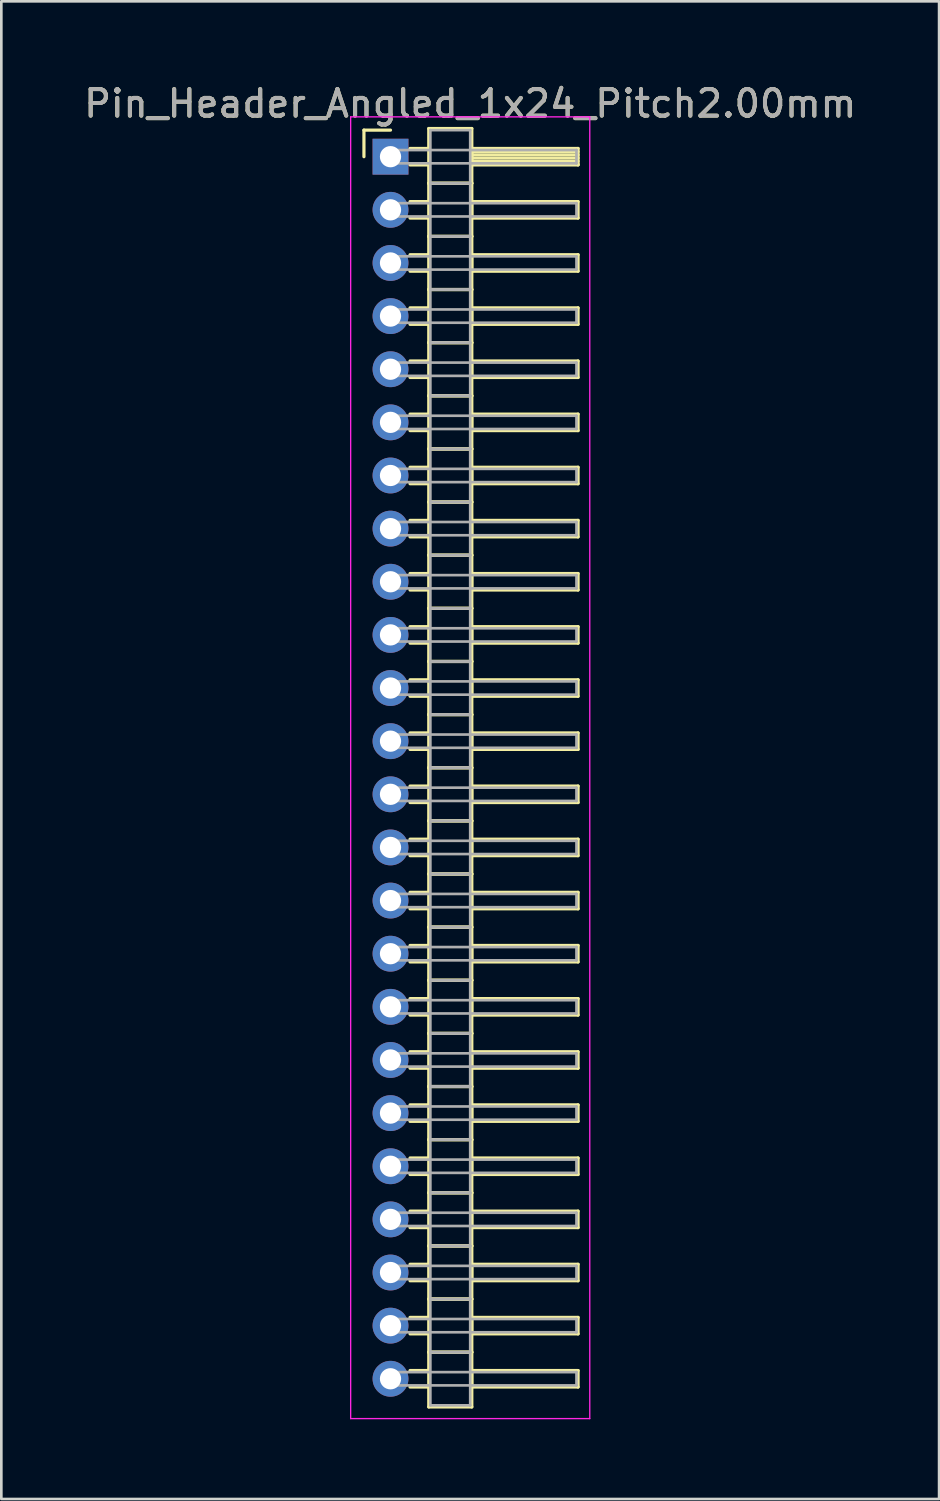
<source format=kicad_pcb>
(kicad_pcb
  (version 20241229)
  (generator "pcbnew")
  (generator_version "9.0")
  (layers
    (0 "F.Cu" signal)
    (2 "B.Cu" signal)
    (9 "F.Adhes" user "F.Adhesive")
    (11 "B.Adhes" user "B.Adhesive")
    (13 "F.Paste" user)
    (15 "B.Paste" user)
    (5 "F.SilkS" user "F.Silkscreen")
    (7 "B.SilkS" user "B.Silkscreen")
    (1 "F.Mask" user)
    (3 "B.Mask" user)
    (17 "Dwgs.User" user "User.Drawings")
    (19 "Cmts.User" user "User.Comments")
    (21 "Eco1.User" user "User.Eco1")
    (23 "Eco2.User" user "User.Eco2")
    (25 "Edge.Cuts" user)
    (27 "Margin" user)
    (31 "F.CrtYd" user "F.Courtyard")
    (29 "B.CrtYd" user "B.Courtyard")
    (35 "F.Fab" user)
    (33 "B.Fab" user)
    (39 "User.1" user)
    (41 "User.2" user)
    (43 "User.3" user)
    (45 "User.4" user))
  (footprint "Pin_Header_Angled_1x24_Pitch2.00mm"
    (layer "F.Cu")
    (at 11.649 2.848)
    (property "Reference" "Pin_Header_Angled_1x24_Pitch2.00mm" (at 3 -2 0) (layer "F.SilkS") (effects (font (size 1 1) (thickness 0.15))))
    (attr through_hole)
    (fp_line (start -1 -1) (end 0 -1) (stroke (width 0.12) (type solid)) (layer "F.SilkS"))
    (fp_line (start -1 0) (end -1 -1) (stroke (width 0.12) (type solid)) (layer "F.SilkS"))
    (fp_line (start 0.735 -0.31) (end 1.44 -0.31) (stroke (width 0.12) (type solid)) (layer "F.SilkS"))
    (fp_line (start 0.735 0.31) (end 1.44 0.31) (stroke (width 0.12) (type solid)) (layer "F.SilkS"))
    (fp_line (start 0.735 1.69) (end 1.44 1.69) (stroke (width 0.12) (type solid)) (layer "F.SilkS"))
    (fp_line (start 0.735 2.31) (end 1.44 2.31) (stroke (width 0.12) (type solid)) (layer "F.SilkS"))
    (fp_line (start 0.735 3.69) (end 1.44 3.69) (stroke (width 0.12) (type solid)) (layer "F.SilkS"))
    (fp_line (start 0.735 4.31) (end 1.44 4.31) (stroke (width 0.12) (type solid)) (layer "F.SilkS"))
    (fp_line (start 0.735 5.69) (end 1.44 5.69) (stroke (width 0.12) (type solid)) (layer "F.SilkS"))
    (fp_line (start 0.735 6.31) (end 1.44 6.31) (stroke (width 0.12) (type solid)) (layer "F.SilkS"))
    (fp_line (start 0.735 7.69) (end 1.44 7.69) (stroke (width 0.12) (type solid)) (layer "F.SilkS"))
    (fp_line (start 0.735 8.31) (end 1.44 8.31) (stroke (width 0.12) (type solid)) (layer "F.SilkS"))
    (fp_line (start 0.735 9.69) (end 1.44 9.69) (stroke (width 0.12) (type solid)) (layer "F.SilkS"))
    (fp_line (start 0.735 10.31) (end 1.44 10.31) (stroke (width 0.12) (type solid)) (layer "F.SilkS"))
    (fp_line (start 0.735 11.69) (end 1.44 11.69) (stroke (width 0.12) (type solid)) (layer "F.SilkS"))
    (fp_line (start 0.735 12.31) (end 1.44 12.31) (stroke (width 0.12) (type solid)) (layer "F.SilkS"))
    (fp_line (start 0.735 13.69) (end 1.44 13.69) (stroke (width 0.12) (type solid)) (layer "F.SilkS"))
    (fp_line (start 0.735 14.31) (end 1.44 14.31) (stroke (width 0.12) (type solid)) (layer "F.SilkS"))
    (fp_line (start 0.735 15.69) (end 1.44 15.69) (stroke (width 0.12) (type solid)) (layer "F.SilkS"))
    (fp_line (start 0.735 16.31) (end 1.44 16.31) (stroke (width 0.12) (type solid)) (layer "F.SilkS"))
    (fp_line (start 0.735 17.69) (end 1.44 17.69) (stroke (width 0.12) (type solid)) (layer "F.SilkS"))
    (fp_line (start 0.735 18.31) (end 1.44 18.31) (stroke (width 0.12) (type solid)) (layer "F.SilkS"))
    (fp_line (start 0.735 19.69) (end 1.44 19.69) (stroke (width 0.12) (type solid)) (layer "F.SilkS"))
    (fp_line (start 0.735 20.31) (end 1.44 20.31) (stroke (width 0.12) (type solid)) (layer "F.SilkS"))
    (fp_line (start 0.735 21.69) (end 1.44 21.69) (stroke (width 0.12) (type solid)) (layer "F.SilkS"))
    (fp_line (start 0.735 22.31) (end 1.44 22.31) (stroke (width 0.12) (type solid)) (layer "F.SilkS"))
    (fp_line (start 0.735 23.69) (end 1.44 23.69) (stroke (width 0.12) (type solid)) (layer "F.SilkS"))
    (fp_line (start 0.735 24.31) (end 1.44 24.31) (stroke (width 0.12) (type solid)) (layer "F.SilkS"))
    (fp_line (start 0.735 25.69) (end 1.44 25.69) (stroke (width 0.12) (type solid)) (layer "F.SilkS"))
    (fp_line (start 0.735 26.31) (end 1.44 26.31) (stroke (width 0.12) (type solid)) (layer "F.SilkS"))
    (fp_line (start 0.735 27.69) (end 1.44 27.69) (stroke (width 0.12) (type solid)) (layer "F.SilkS"))
    (fp_line (start 0.735 28.31) (end 1.44 28.31) (stroke (width 0.12) (type solid)) (layer "F.SilkS"))
    (fp_line (start 0.735 29.69) (end 1.44 29.69) (stroke (width 0.12) (type solid)) (layer "F.SilkS"))
    (fp_line (start 0.735 30.31) (end 1.44 30.31) (stroke (width 0.12) (type solid)) (layer "F.SilkS"))
    (fp_line (start 0.735 31.69) (end 1.44 31.69) (stroke (width 0.12) (type solid)) (layer "F.SilkS"))
    (fp_line (start 0.735 32.31) (end 1.44 32.31) (stroke (width 0.12) (type solid)) (layer "F.SilkS"))
    (fp_line (start 0.735 33.69) (end 1.44 33.69) (stroke (width 0.12) (type solid)) (layer "F.SilkS"))
    (fp_line (start 0.735 34.31) (end 1.44 34.31) (stroke (width 0.12) (type solid)) (layer "F.SilkS"))
    (fp_line (start 0.735 35.69) (end 1.44 35.69) (stroke (width 0.12) (type solid)) (layer "F.SilkS"))
    (fp_line (start 0.735 36.31) (end 1.44 36.31) (stroke (width 0.12) (type solid)) (layer "F.SilkS"))
    (fp_line (start 0.735 37.69) (end 1.44 37.69) (stroke (width 0.12) (type solid)) (layer "F.SilkS"))
    (fp_line (start 0.735 38.31) (end 1.44 38.31) (stroke (width 0.12) (type solid)) (layer "F.SilkS"))
    (fp_line (start 0.735 39.69) (end 1.44 39.69) (stroke (width 0.12) (type solid)) (layer "F.SilkS"))
    (fp_line (start 0.735 40.31) (end 1.44 40.31) (stroke (width 0.12) (type solid)) (layer "F.SilkS"))
    (fp_line (start 0.735 41.69) (end 1.44 41.69) (stroke (width 0.12) (type solid)) (layer "F.SilkS"))
    (fp_line (start 0.735 42.31) (end 1.44 42.31) (stroke (width 0.12) (type solid)) (layer "F.SilkS"))
    (fp_line (start 0.735 43.69) (end 1.44 43.69) (stroke (width 0.12) (type solid)) (layer "F.SilkS"))
    (fp_line (start 0.735 44.31) (end 1.44 44.31) (stroke (width 0.12) (type solid)) (layer "F.SilkS"))
    (fp_line (start 0.735 45.69) (end 1.44 45.69) (stroke (width 0.12) (type solid)) (layer "F.SilkS"))
    (fp_line (start 0.735 46.31) (end 1.44 46.31) (stroke (width 0.12) (type solid)) (layer "F.SilkS"))
    (fp_line (start 1.44 -1.06) (end 1.44 1) (stroke (width 0.12) (type solid)) (layer "F.SilkS"))
    (fp_line (start 1.44 1) (end 1.44 3) (stroke (width 0.12) (type solid)) (layer "F.SilkS"))
    (fp_line (start 1.44 1) (end 3.06 1) (stroke (width 0.12) (type solid)) (layer "F.SilkS"))
    (fp_line (start 1.44 3) (end 1.44 5) (stroke (width 0.12) (type solid)) (layer "F.SilkS"))
    (fp_line (start 1.44 3) (end 3.06 3) (stroke (width 0.12) (type solid)) (layer "F.SilkS"))
    (fp_line (start 1.44 5) (end 1.44 7) (stroke (width 0.12) (type solid)) (layer "F.SilkS"))
    (fp_line (start 1.44 5) (end 3.06 5) (stroke (width 0.12) (type solid)) (layer "F.SilkS"))
    (fp_line (start 1.44 7) (end 1.44 9) (stroke (width 0.12) (type solid)) (layer "F.SilkS"))
    (fp_line (start 1.44 7) (end 3.06 7) (stroke (width 0.12) (type solid)) (layer "F.SilkS"))
    (fp_line (start 1.44 9) (end 1.44 11) (stroke (width 0.12) (type solid)) (layer "F.SilkS"))
    (fp_line (start 1.44 9) (end 3.06 9) (stroke (width 0.12) (type solid)) (layer "F.SilkS"))
    (fp_line (start 1.44 11) (end 1.44 13) (stroke (width 0.12) (type solid)) (layer "F.SilkS"))
    (fp_line (start 1.44 11) (end 3.06 11) (stroke (width 0.12) (type solid)) (layer "F.SilkS"))
    (fp_line (start 1.44 13) (end 1.44 15) (stroke (width 0.12) (type solid)) (layer "F.SilkS"))
    (fp_line (start 1.44 13) (end 3.06 13) (stroke (width 0.12) (type solid)) (layer "F.SilkS"))
    (fp_line (start 1.44 15) (end 1.44 17) (stroke (width 0.12) (type solid)) (layer "F.SilkS"))
    (fp_line (start 1.44 15) (end 3.06 15) (stroke (width 0.12) (type solid)) (layer "F.SilkS"))
    (fp_line (start 1.44 17) (end 1.44 19) (stroke (width 0.12) (type solid)) (layer "F.SilkS"))
    (fp_line (start 1.44 17) (end 3.06 17) (stroke (width 0.12) (type solid)) (layer "F.SilkS"))
    (fp_line (start 1.44 19) (end 1.44 21) (stroke (width 0.12) (type solid)) (layer "F.SilkS"))
    (fp_line (start 1.44 19) (end 3.06 19) (stroke (width 0.12) (type solid)) (layer "F.SilkS"))
    (fp_line (start 1.44 21) (end 1.44 23) (stroke (width 0.12) (type solid)) (layer "F.SilkS"))
    (fp_line (start 1.44 21) (end 3.06 21) (stroke (width 0.12) (type solid)) (layer "F.SilkS"))
    (fp_line (start 1.44 23) (end 1.44 25) (stroke (width 0.12) (type solid)) (layer "F.SilkS"))
    (fp_line (start 1.44 23) (end 3.06 23) (stroke (width 0.12) (type solid)) (layer "F.SilkS"))
    (fp_line (start 1.44 25) (end 1.44 27) (stroke (width 0.12) (type solid)) (layer "F.SilkS"))
    (fp_line (start 1.44 25) (end 3.06 25) (stroke (width 0.12) (type solid)) (layer "F.SilkS"))
    (fp_line (start 1.44 27) (end 1.44 29) (stroke (width 0.12) (type solid)) (layer "F.SilkS"))
    (fp_line (start 1.44 27) (end 3.06 27) (stroke (width 0.12) (type solid)) (layer "F.SilkS"))
    (fp_line (start 1.44 29) (end 1.44 31) (stroke (width 0.12) (type solid)) (layer "F.SilkS"))
    (fp_line (start 1.44 29) (end 3.06 29) (stroke (width 0.12) (type solid)) (layer "F.SilkS"))
    (fp_line (start 1.44 31) (end 1.44 33) (stroke (width 0.12) (type solid)) (layer "F.SilkS"))
    (fp_line (start 1.44 31) (end 3.06 31) (stroke (width 0.12) (type solid)) (layer "F.SilkS"))
    (fp_line (start 1.44 33) (end 1.44 35) (stroke (width 0.12) (type solid)) (layer "F.SilkS"))
    (fp_line (start 1.44 33) (end 3.06 33) (stroke (width 0.12) (type solid)) (layer "F.SilkS"))
    (fp_line (start 1.44 35) (end 1.44 37) (stroke (width 0.12) (type solid)) (layer "F.SilkS"))
    (fp_line (start 1.44 35) (end 3.06 35) (stroke (width 0.12) (type solid)) (layer "F.SilkS"))
    (fp_line (start 1.44 37) (end 1.44 39) (stroke (width 0.12) (type solid)) (layer "F.SilkS"))
    (fp_line (start 1.44 37) (end 3.06 37) (stroke (width 0.12) (type solid)) (layer "F.SilkS"))
    (fp_line (start 1.44 39) (end 1.44 41) (stroke (width 0.12) (type solid)) (layer "F.SilkS"))
    (fp_line (start 1.44 39) (end 3.06 39) (stroke (width 0.12) (type solid)) (layer "F.SilkS"))
    (fp_line (start 1.44 41) (end 1.44 43) (stroke (width 0.12) (type solid)) (layer "F.SilkS"))
    (fp_line (start 1.44 41) (end 3.06 41) (stroke (width 0.12) (type solid)) (layer "F.SilkS"))
    (fp_line (start 1.44 43) (end 1.44 45) (stroke (width 0.12) (type solid)) (layer "F.SilkS"))
    (fp_line (start 1.44 43) (end 3.06 43) (stroke (width 0.12) (type solid)) (layer "F.SilkS"))
    (fp_line (start 1.44 45) (end 1.44 47.06) (stroke (width 0.12) (type solid)) (layer "F.SilkS"))
    (fp_line (start 1.44 45) (end 3.06 45) (stroke (width 0.12) (type solid)) (layer "F.SilkS"))
    (fp_line (start 1.44 47.06) (end 3.06 47.06) (stroke (width 0.12) (type solid)) (layer "F.SilkS"))
    (fp_line (start 3.06 -1.06) (end 1.44 -1.06) (stroke (width 0.12) (type solid)) (layer "F.SilkS"))
    (fp_line (start 3.06 -0.31) (end 3.06 0.31) (stroke (width 0.12) (type solid)) (layer "F.SilkS"))
    (fp_line (start 3.06 -0.19) (end 7.06 -0.19) (stroke (width 0.12) (type solid)) (layer "F.SilkS"))
    (fp_line (start 3.06 -0.07) (end 7.06 -0.07) (stroke (width 0.12) (type solid)) (layer "F.SilkS"))
    (fp_line (start 3.06 0.05) (end 7.06 0.05) (stroke (width 0.12) (type solid)) (layer "F.SilkS"))
    (fp_line (start 3.06 0.17) (end 7.06 0.17) (stroke (width 0.12) (type solid)) (layer "F.SilkS"))
    (fp_line (start 3.06 0.29) (end 7.06 0.29) (stroke (width 0.12) (type solid)) (layer "F.SilkS"))
    (fp_line (start 3.06 0.31) (end 7.06 0.31) (stroke (width 0.12) (type solid)) (layer "F.SilkS"))
    (fp_line (start 3.06 1) (end 1.44 1) (stroke (width 0.12) (type solid)) (layer "F.SilkS"))
    (fp_line (start 3.06 1) (end 3.06 -1.06) (stroke (width 0.12) (type solid)) (layer "F.SilkS"))
    (fp_line (start 3.06 1.69) (end 3.06 2.31) (stroke (width 0.12) (type solid)) (layer "F.SilkS"))
    (fp_line (start 3.06 2.31) (end 7.06 2.31) (stroke (width 0.12) (type solid)) (layer "F.SilkS"))
    (fp_line (start 3.06 3) (end 1.44 3) (stroke (width 0.12) (type solid)) (layer "F.SilkS"))
    (fp_line (start 3.06 3) (end 3.06 1) (stroke (width 0.12) (type solid)) (layer "F.SilkS"))
    (fp_line (start 3.06 3.69) (end 3.06 4.31) (stroke (width 0.12) (type solid)) (layer "F.SilkS"))
    (fp_line (start 3.06 4.31) (end 7.06 4.31) (stroke (width 0.12) (type solid)) (layer "F.SilkS"))
    (fp_line (start 3.06 5) (end 1.44 5) (stroke (width 0.12) (type solid)) (layer "F.SilkS"))
    (fp_line (start 3.06 5) (end 3.06 3) (stroke (width 0.12) (type solid)) (layer "F.SilkS"))
    (fp_line (start 3.06 5.69) (end 3.06 6.31) (stroke (width 0.12) (type solid)) (layer "F.SilkS"))
    (fp_line (start 3.06 6.31) (end 7.06 6.31) (stroke (width 0.12) (type solid)) (layer "F.SilkS"))
    (fp_line (start 3.06 7) (end 1.44 7) (stroke (width 0.12) (type solid)) (layer "F.SilkS"))
    (fp_line (start 3.06 7) (end 3.06 5) (stroke (width 0.12) (type solid)) (layer "F.SilkS"))
    (fp_line (start 3.06 7.69) (end 3.06 8.31) (stroke (width 0.12) (type solid)) (layer "F.SilkS"))
    (fp_line (start 3.06 8.31) (end 7.06 8.31) (stroke (width 0.12) (type solid)) (layer "F.SilkS"))
    (fp_line (start 3.06 9) (end 1.44 9) (stroke (width 0.12) (type solid)) (layer "F.SilkS"))
    (fp_line (start 3.06 9) (end 3.06 7) (stroke (width 0.12) (type solid)) (layer "F.SilkS"))
    (fp_line (start 3.06 9.69) (end 3.06 10.31) (stroke (width 0.12) (type solid)) (layer "F.SilkS"))
    (fp_line (start 3.06 10.31) (end 7.06 10.31) (stroke (width 0.12) (type solid)) (layer "F.SilkS"))
    (fp_line (start 3.06 11) (end 1.44 11) (stroke (width 0.12) (type solid)) (layer "F.SilkS"))
    (fp_line (start 3.06 11) (end 3.06 9) (stroke (width 0.12) (type solid)) (layer "F.SilkS"))
    (fp_line (start 3.06 11.69) (end 3.06 12.31) (stroke (width 0.12) (type solid)) (layer "F.SilkS"))
    (fp_line (start 3.06 12.31) (end 7.06 12.31) (stroke (width 0.12) (type solid)) (layer "F.SilkS"))
    (fp_line (start 3.06 13) (end 1.44 13) (stroke (width 0.12) (type solid)) (layer "F.SilkS"))
    (fp_line (start 3.06 13) (end 3.06 11) (stroke (width 0.12) (type solid)) (layer "F.SilkS"))
    (fp_line (start 3.06 13.69) (end 3.06 14.31) (stroke (width 0.12) (type solid)) (layer "F.SilkS"))
    (fp_line (start 3.06 14.31) (end 7.06 14.31) (stroke (width 0.12) (type solid)) (layer "F.SilkS"))
    (fp_line (start 3.06 15) (end 1.44 15) (stroke (width 0.12) (type solid)) (layer "F.SilkS"))
    (fp_line (start 3.06 15) (end 3.06 13) (stroke (width 0.12) (type solid)) (layer "F.SilkS"))
    (fp_line (start 3.06 15.69) (end 3.06 16.31) (stroke (width 0.12) (type solid)) (layer "F.SilkS"))
    (fp_line (start 3.06 16.31) (end 7.06 16.31) (stroke (width 0.12) (type solid)) (layer "F.SilkS"))
    (fp_line (start 3.06 17) (end 1.44 17) (stroke (width 0.12) (type solid)) (layer "F.SilkS"))
    (fp_line (start 3.06 17) (end 3.06 15) (stroke (width 0.12) (type solid)) (layer "F.SilkS"))
    (fp_line (start 3.06 17.69) (end 3.06 18.31) (stroke (width 0.12) (type solid)) (layer "F.SilkS"))
    (fp_line (start 3.06 18.31) (end 7.06 18.31) (stroke (width 0.12) (type solid)) (layer "F.SilkS"))
    (fp_line (start 3.06 19) (end 1.44 19) (stroke (width 0.12) (type solid)) (layer "F.SilkS"))
    (fp_line (start 3.06 19) (end 3.06 17) (stroke (width 0.12) (type solid)) (layer "F.SilkS"))
    (fp_line (start 3.06 19.69) (end 3.06 20.31) (stroke (width 0.12) (type solid)) (layer "F.SilkS"))
    (fp_line (start 3.06 20.31) (end 7.06 20.31) (stroke (width 0.12) (type solid)) (layer "F.SilkS"))
    (fp_line (start 3.06 21) (end 1.44 21) (stroke (width 0.12) (type solid)) (layer "F.SilkS"))
    (fp_line (start 3.06 21) (end 3.06 19) (stroke (width 0.12) (type solid)) (layer "F.SilkS"))
    (fp_line (start 3.06 21.69) (end 3.06 22.31) (stroke (width 0.12) (type solid)) (layer "F.SilkS"))
    (fp_line (start 3.06 22.31) (end 7.06 22.31) (stroke (width 0.12) (type solid)) (layer "F.SilkS"))
    (fp_line (start 3.06 23) (end 1.44 23) (stroke (width 0.12) (type solid)) (layer "F.SilkS"))
    (fp_line (start 3.06 23) (end 3.06 21) (stroke (width 0.12) (type solid)) (layer "F.SilkS"))
    (fp_line (start 3.06 23.69) (end 3.06 24.31) (stroke (width 0.12) (type solid)) (layer "F.SilkS"))
    (fp_line (start 3.06 24.31) (end 7.06 24.31) (stroke (width 0.12) (type solid)) (layer "F.SilkS"))
    (fp_line (start 3.06 25) (end 1.44 25) (stroke (width 0.12) (type solid)) (layer "F.SilkS"))
    (fp_line (start 3.06 25) (end 3.06 23) (stroke (width 0.12) (type solid)) (layer "F.SilkS"))
    (fp_line (start 3.06 25.69) (end 3.06 26.31) (stroke (width 0.12) (type solid)) (layer "F.SilkS"))
    (fp_line (start 3.06 26.31) (end 7.06 26.31) (stroke (width 0.12) (type solid)) (layer "F.SilkS"))
    (fp_line (start 3.06 27) (end 1.44 27) (stroke (width 0.12) (type solid)) (layer "F.SilkS"))
    (fp_line (start 3.06 27) (end 3.06 25) (stroke (width 0.12) (type solid)) (layer "F.SilkS"))
    (fp_line (start 3.06 27.69) (end 3.06 28.31) (stroke (width 0.12) (type solid)) (layer "F.SilkS"))
    (fp_line (start 3.06 28.31) (end 7.06 28.31) (stroke (width 0.12) (type solid)) (layer "F.SilkS"))
    (fp_line (start 3.06 29) (end 1.44 29) (stroke (width 0.12) (type solid)) (layer "F.SilkS"))
    (fp_line (start 3.06 29) (end 3.06 27) (stroke (width 0.12) (type solid)) (layer "F.SilkS"))
    (fp_line (start 3.06 29.69) (end 3.06 30.31) (stroke (width 0.12) (type solid)) (layer "F.SilkS"))
    (fp_line (start 3.06 30.31) (end 7.06 30.31) (stroke (width 0.12) (type solid)) (layer "F.SilkS"))
    (fp_line (start 3.06 31) (end 1.44 31) (stroke (width 0.12) (type solid)) (layer "F.SilkS"))
    (fp_line (start 3.06 31) (end 3.06 29) (stroke (width 0.12) (type solid)) (layer "F.SilkS"))
    (fp_line (start 3.06 31.69) (end 3.06 32.31) (stroke (width 0.12) (type solid)) (layer "F.SilkS"))
    (fp_line (start 3.06 32.31) (end 7.06 32.31) (stroke (width 0.12) (type solid)) (layer "F.SilkS"))
    (fp_line (start 3.06 33) (end 1.44 33) (stroke (width 0.12) (type solid)) (layer "F.SilkS"))
    (fp_line (start 3.06 33) (end 3.06 31) (stroke (width 0.12) (type solid)) (layer "F.SilkS"))
    (fp_line (start 3.06 33.69) (end 3.06 34.31) (stroke (width 0.12) (type solid)) (layer "F.SilkS"))
    (fp_line (start 3.06 34.31) (end 7.06 34.31) (stroke (width 0.12) (type solid)) (layer "F.SilkS"))
    (fp_line (start 3.06 35) (end 1.44 35) (stroke (width 0.12) (type solid)) (layer "F.SilkS"))
    (fp_line (start 3.06 35) (end 3.06 33) (stroke (width 0.12) (type solid)) (layer "F.SilkS"))
    (fp_line (start 3.06 35.69) (end 3.06 36.31) (stroke (width 0.12) (type solid)) (layer "F.SilkS"))
    (fp_line (start 3.06 36.31) (end 7.06 36.31) (stroke (width 0.12) (type solid)) (layer "F.SilkS"))
    (fp_line (start 3.06 37) (end 1.44 37) (stroke (width 0.12) (type solid)) (layer "F.SilkS"))
    (fp_line (start 3.06 37) (end 3.06 35) (stroke (width 0.12) (type solid)) (layer "F.SilkS"))
    (fp_line (start 3.06 37.69) (end 3.06 38.31) (stroke (width 0.12) (type solid)) (layer "F.SilkS"))
    (fp_line (start 3.06 38.31) (end 7.06 38.31) (stroke (width 0.12) (type solid)) (layer "F.SilkS"))
    (fp_line (start 3.06 39) (end 1.44 39) (stroke (width 0.12) (type solid)) (layer "F.SilkS"))
    (fp_line (start 3.06 39) (end 3.06 37) (stroke (width 0.12) (type solid)) (layer "F.SilkS"))
    (fp_line (start 3.06 39.69) (end 3.06 40.31) (stroke (width 0.12) (type solid)) (layer "F.SilkS"))
    (fp_line (start 3.06 40.31) (end 7.06 40.31) (stroke (width 0.12) (type solid)) (layer "F.SilkS"))
    (fp_line (start 3.06 41) (end 1.44 41) (stroke (width 0.12) (type solid)) (layer "F.SilkS"))
    (fp_line (start 3.06 41) (end 3.06 39) (stroke (width 0.12) (type solid)) (layer "F.SilkS"))
    (fp_line (start 3.06 41.69) (end 3.06 42.31) (stroke (width 0.12) (type solid)) (layer "F.SilkS"))
    (fp_line (start 3.06 42.31) (end 7.06 42.31) (stroke (width 0.12) (type solid)) (layer "F.SilkS"))
    (fp_line (start 3.06 43) (end 1.44 43) (stroke (width 0.12) (type solid)) (layer "F.SilkS"))
    (fp_line (start 3.06 43) (end 3.06 41) (stroke (width 0.12) (type solid)) (layer "F.SilkS"))
    (fp_line (start 3.06 43.69) (end 3.06 44.31) (stroke (width 0.12) (type solid)) (layer "F.SilkS"))
    (fp_line (start 3.06 44.31) (end 7.06 44.31) (stroke (width 0.12) (type solid)) (layer "F.SilkS"))
    (fp_line (start 3.06 45) (end 1.44 45) (stroke (width 0.12) (type solid)) (layer "F.SilkS"))
    (fp_line (start 3.06 45) (end 3.06 43) (stroke (width 0.12) (type solid)) (layer "F.SilkS"))
    (fp_line (start 3.06 45.69) (end 3.06 46.31) (stroke (width 0.12) (type solid)) (layer "F.SilkS"))
    (fp_line (start 3.06 46.31) (end 7.06 46.31) (stroke (width 0.12) (type solid)) (layer "F.SilkS"))
    (fp_line (start 3.06 47.06) (end 3.06 45) (stroke (width 0.12) (type solid)) (layer "F.SilkS"))
    (fp_line (start 7.06 -0.31) (end 3.06 -0.31) (stroke (width 0.12) (type solid)) (layer "F.SilkS"))
    (fp_line (start 7.06 0.31) (end 7.06 -0.31) (stroke (width 0.12) (type solid)) (layer "F.SilkS"))
    (fp_line (start 7.06 1.69) (end 3.06 1.69) (stroke (width 0.12) (type solid)) (layer "F.SilkS"))
    (fp_line (start 7.06 2.31) (end 7.06 1.69) (stroke (width 0.12) (type solid)) (layer "F.SilkS"))
    (fp_line (start 7.06 3.69) (end 3.06 3.69) (stroke (width 0.12) (type solid)) (layer "F.SilkS"))
    (fp_line (start 7.06 4.31) (end 7.06 3.69) (stroke (width 0.12) (type solid)) (layer "F.SilkS"))
    (fp_line (start 7.06 5.69) (end 3.06 5.69) (stroke (width 0.12) (type solid)) (layer "F.SilkS"))
    (fp_line (start 7.06 6.31) (end 7.06 5.69) (stroke (width 0.12) (type solid)) (layer "F.SilkS"))
    (fp_line (start 7.06 7.69) (end 3.06 7.69) (stroke (width 0.12) (type solid)) (layer "F.SilkS"))
    (fp_line (start 7.06 8.31) (end 7.06 7.69) (stroke (width 0.12) (type solid)) (layer "F.SilkS"))
    (fp_line (start 7.06 9.69) (end 3.06 9.69) (stroke (width 0.12) (type solid)) (layer "F.SilkS"))
    (fp_line (start 7.06 10.31) (end 7.06 9.69) (stroke (width 0.12) (type solid)) (layer "F.SilkS"))
    (fp_line (start 7.06 11.69) (end 3.06 11.69) (stroke (width 0.12) (type solid)) (layer "F.SilkS"))
    (fp_line (start 7.06 12.31) (end 7.06 11.69) (stroke (width 0.12) (type solid)) (layer "F.SilkS"))
    (fp_line (start 7.06 13.69) (end 3.06 13.69) (stroke (width 0.12) (type solid)) (layer "F.SilkS"))
    (fp_line (start 7.06 14.31) (end 7.06 13.69) (stroke (width 0.12) (type solid)) (layer "F.SilkS"))
    (fp_line (start 7.06 15.69) (end 3.06 15.69) (stroke (width 0.12) (type solid)) (layer "F.SilkS"))
    (fp_line (start 7.06 16.31) (end 7.06 15.69) (stroke (width 0.12) (type solid)) (layer "F.SilkS"))
    (fp_line (start 7.06 17.69) (end 3.06 17.69) (stroke (width 0.12) (type solid)) (layer "F.SilkS"))
    (fp_line (start 7.06 18.31) (end 7.06 17.69) (stroke (width 0.12) (type solid)) (layer "F.SilkS"))
    (fp_line (start 7.06 19.69) (end 3.06 19.69) (stroke (width 0.12) (type solid)) (layer "F.SilkS"))
    (fp_line (start 7.06 20.31) (end 7.06 19.69) (stroke (width 0.12) (type solid)) (layer "F.SilkS"))
    (fp_line (start 7.06 21.69) (end 3.06 21.69) (stroke (width 0.12) (type solid)) (layer "F.SilkS"))
    (fp_line (start 7.06 22.31) (end 7.06 21.69) (stroke (width 0.12) (type solid)) (layer "F.SilkS"))
    (fp_line (start 7.06 23.69) (end 3.06 23.69) (stroke (width 0.12) (type solid)) (layer "F.SilkS"))
    (fp_line (start 7.06 24.31) (end 7.06 23.69) (stroke (width 0.12) (type solid)) (layer "F.SilkS"))
    (fp_line (start 7.06 25.69) (end 3.06 25.69) (stroke (width 0.12) (type solid)) (layer "F.SilkS"))
    (fp_line (start 7.06 26.31) (end 7.06 25.69) (stroke (width 0.12) (type solid)) (layer "F.SilkS"))
    (fp_line (start 7.06 27.69) (end 3.06 27.69) (stroke (width 0.12) (type solid)) (layer "F.SilkS"))
    (fp_line (start 7.06 28.31) (end 7.06 27.69) (stroke (width 0.12) (type solid)) (layer "F.SilkS"))
    (fp_line (start 7.06 29.69) (end 3.06 29.69) (stroke (width 0.12) (type solid)) (layer "F.SilkS"))
    (fp_line (start 7.06 30.31) (end 7.06 29.69) (stroke (width 0.12) (type solid)) (layer "F.SilkS"))
    (fp_line (start 7.06 31.69) (end 3.06 31.69) (stroke (width 0.12) (type solid)) (layer "F.SilkS"))
    (fp_line (start 7.06 32.31) (end 7.06 31.69) (stroke (width 0.12) (type solid)) (layer "F.SilkS"))
    (fp_line (start 7.06 33.69) (end 3.06 33.69) (stroke (width 0.12) (type solid)) (layer "F.SilkS"))
    (fp_line (start 7.06 34.31) (end 7.06 33.69) (stroke (width 0.12) (type solid)) (layer "F.SilkS"))
    (fp_line (start 7.06 35.69) (end 3.06 35.69) (stroke (width 0.12) (type solid)) (layer "F.SilkS"))
    (fp_line (start 7.06 36.31) (end 7.06 35.69) (stroke (width 0.12) (type solid)) (layer "F.SilkS"))
    (fp_line (start 7.06 37.69) (end 3.06 37.69) (stroke (width 0.12) (type solid)) (layer "F.SilkS"))
    (fp_line (start 7.06 38.31) (end 7.06 37.69) (stroke (width 0.12) (type solid)) (layer "F.SilkS"))
    (fp_line (start 7.06 39.69) (end 3.06 39.69) (stroke (width 0.12) (type solid)) (layer "F.SilkS"))
    (fp_line (start 7.06 40.31) (end 7.06 39.69) (stroke (width 0.12) (type solid)) (layer "F.SilkS"))
    (fp_line (start 7.06 41.69) (end 3.06 41.69) (stroke (width 0.12) (type solid)) (layer "F.SilkS"))
    (fp_line (start 7.06 42.31) (end 7.06 41.69) (stroke (width 0.12) (type solid)) (layer "F.SilkS"))
    (fp_line (start 7.06 43.69) (end 3.06 43.69) (stroke (width 0.12) (type solid)) (layer "F.SilkS"))
    (fp_line (start 7.06 44.31) (end 7.06 43.69) (stroke (width 0.12) (type solid)) (layer "F.SilkS"))
    (fp_line (start 7.06 45.69) (end 3.06 45.69) (stroke (width 0.12) (type solid)) (layer "F.SilkS"))
    (fp_line (start 7.06 46.31) (end 7.06 45.69) (stroke (width 0.12) (type solid)) (layer "F.SilkS"))
    (fp_line (start -1.5 -1.5) (end -1.5 47.5) (stroke (width 0.05) (type solid)) (layer "F.CrtYd"))
    (fp_line (start -1.5 47.5) (end 7.5 47.5) (stroke (width 0.05) (type solid)) (layer "F.CrtYd"))
    (fp_line (start 7.5 -1.5) (end -1.5 -1.5) (stroke (width 0.05) (type solid)) (layer "F.CrtYd"))
    (fp_line (start 7.5 47.5) (end 7.5 -1.5) (stroke (width 0.05) (type solid)) (layer "F.CrtYd"))
    (fp_line (start 0 -0.25) (end 0 0.25) (stroke (width 0.1) (type solid)) (layer "F.Fab"))
    (fp_line (start 0 0.25) (end 7 0.25) (stroke (width 0.1) (type solid)) (layer "F.Fab"))
    (fp_line (start 0 1.75) (end 0 2.25) (stroke (width 0.1) (type solid)) (layer "F.Fab"))
    (fp_line (start 0 2.25) (end 7 2.25) (stroke (width 0.1) (type solid)) (layer "F.Fab"))
    (fp_line (start 0 3.75) (end 0 4.25) (stroke (width 0.1) (type solid)) (layer "F.Fab"))
    (fp_line (start 0 4.25) (end 7 4.25) (stroke (width 0.1) (type solid)) (layer "F.Fab"))
    (fp_line (start 0 5.75) (end 0 6.25) (stroke (width 0.1) (type solid)) (layer "F.Fab"))
    (fp_line (start 0 6.25) (end 7 6.25) (stroke (width 0.1) (type solid)) (layer "F.Fab"))
    (fp_line (start 0 7.75) (end 0 8.25) (stroke (width 0.1) (type solid)) (layer "F.Fab"))
    (fp_line (start 0 8.25) (end 7 8.25) (stroke (width 0.1) (type solid)) (layer "F.Fab"))
    (fp_line (start 0 9.75) (end 0 10.25) (stroke (width 0.1) (type solid)) (layer "F.Fab"))
    (fp_line (start 0 10.25) (end 7 10.25) (stroke (width 0.1) (type solid)) (layer "F.Fab"))
    (fp_line (start 0 11.75) (end 0 12.25) (stroke (width 0.1) (type solid)) (layer "F.Fab"))
    (fp_line (start 0 12.25) (end 7 12.25) (stroke (width 0.1) (type solid)) (layer "F.Fab"))
    (fp_line (start 0 13.75) (end 0 14.25) (stroke (width 0.1) (type solid)) (layer "F.Fab"))
    (fp_line (start 0 14.25) (end 7 14.25) (stroke (width 0.1) (type solid)) (layer "F.Fab"))
    (fp_line (start 0 15.75) (end 0 16.25) (stroke (width 0.1) (type solid)) (layer "F.Fab"))
    (fp_line (start 0 16.25) (end 7 16.25) (stroke (width 0.1) (type solid)) (layer "F.Fab"))
    (fp_line (start 0 17.75) (end 0 18.25) (stroke (width 0.1) (type solid)) (layer "F.Fab"))
    (fp_line (start 0 18.25) (end 7 18.25) (stroke (width 0.1) (type solid)) (layer "F.Fab"))
    (fp_line (start 0 19.75) (end 0 20.25) (stroke (width 0.1) (type solid)) (layer "F.Fab"))
    (fp_line (start 0 20.25) (end 7 20.25) (stroke (width 0.1) (type solid)) (layer "F.Fab"))
    (fp_line (start 0 21.75) (end 0 22.25) (stroke (width 0.1) (type solid)) (layer "F.Fab"))
    (fp_line (start 0 22.25) (end 7 22.25) (stroke (width 0.1) (type solid)) (layer "F.Fab"))
    (fp_line (start 0 23.75) (end 0 24.25) (stroke (width 0.1) (type solid)) (layer "F.Fab"))
    (fp_line (start 0 24.25) (end 7 24.25) (stroke (width 0.1) (type solid)) (layer "F.Fab"))
    (fp_line (start 0 25.75) (end 0 26.25) (stroke (width 0.1) (type solid)) (layer "F.Fab"))
    (fp_line (start 0 26.25) (end 7 26.25) (stroke (width 0.1) (type solid)) (layer "F.Fab"))
    (fp_line (start 0 27.75) (end 0 28.25) (stroke (width 0.1) (type solid)) (layer "F.Fab"))
    (fp_line (start 0 28.25) (end 7 28.25) (stroke (width 0.1) (type solid)) (layer "F.Fab"))
    (fp_line (start 0 29.75) (end 0 30.25) (stroke (width 0.1) (type solid)) (layer "F.Fab"))
    (fp_line (start 0 30.25) (end 7 30.25) (stroke (width 0.1) (type solid)) (layer "F.Fab"))
    (fp_line (start 0 31.75) (end 0 32.25) (stroke (width 0.1) (type solid)) (layer "F.Fab"))
    (fp_line (start 0 32.25) (end 7 32.25) (stroke (width 0.1) (type solid)) (layer "F.Fab"))
    (fp_line (start 0 33.75) (end 0 34.25) (stroke (width 0.1) (type solid)) (layer "F.Fab"))
    (fp_line (start 0 34.25) (end 7 34.25) (stroke (width 0.1) (type solid)) (layer "F.Fab"))
    (fp_line (start 0 35.75) (end 0 36.25) (stroke (width 0.1) (type solid)) (layer "F.Fab"))
    (fp_line (start 0 36.25) (end 7 36.25) (stroke (width 0.1) (type solid)) (layer "F.Fab"))
    (fp_line (start 0 37.75) (end 0 38.25) (stroke (width 0.1) (type solid)) (layer "F.Fab"))
    (fp_line (start 0 38.25) (end 7 38.25) (stroke (width 0.1) (type solid)) (layer "F.Fab"))
    (fp_line (start 0 39.75) (end 0 40.25) (stroke (width 0.1) (type solid)) (layer "F.Fab"))
    (fp_line (start 0 40.25) (end 7 40.25) (stroke (width 0.1) (type solid)) (layer "F.Fab"))
    (fp_line (start 0 41.75) (end 0 42.25) (stroke (width 0.1) (type solid)) (layer "F.Fab"))
    (fp_line (start 0 42.25) (end 7 42.25) (stroke (width 0.1) (type solid)) (layer "F.Fab"))
    (fp_line (start 0 43.75) (end 0 44.25) (stroke (width 0.1) (type solid)) (layer "F.Fab"))
    (fp_line (start 0 44.25) (end 7 44.25) (stroke (width 0.1) (type solid)) (layer "F.Fab"))
    (fp_line (start 0 45.75) (end 0 46.25) (stroke (width 0.1) (type solid)) (layer "F.Fab"))
    (fp_line (start 0 46.25) (end 7 46.25) (stroke (width 0.1) (type solid)) (layer "F.Fab"))
    (fp_line (start 1.5 -1) (end 1.5 1) (stroke (width 0.1) (type solid)) (layer "F.Fab"))
    (fp_line (start 1.5 1) (end 1.5 3) (stroke (width 0.1) (type solid)) (layer "F.Fab"))
    (fp_line (start 1.5 1) (end 3 1) (stroke (width 0.1) (type solid)) (layer "F.Fab"))
    (fp_line (start 1.5 3) (end 1.5 5) (stroke (width 0.1) (type solid)) (layer "F.Fab"))
    (fp_line (start 1.5 3) (end 3 3) (stroke (width 0.1) (type solid)) (layer "F.Fab"))
    (fp_line (start 1.5 5) (end 1.5 7) (stroke (width 0.1) (type solid)) (layer "F.Fab"))
    (fp_line (start 1.5 5) (end 3 5) (stroke (width 0.1) (type solid)) (layer "F.Fab"))
    (fp_line (start 1.5 7) (end 1.5 9) (stroke (width 0.1) (type solid)) (layer "F.Fab"))
    (fp_line (start 1.5 7) (end 3 7) (stroke (width 0.1) (type solid)) (layer "F.Fab"))
    (fp_line (start 1.5 9) (end 1.5 11) (stroke (width 0.1) (type solid)) (layer "F.Fab"))
    (fp_line (start 1.5 9) (end 3 9) (stroke (width 0.1) (type solid)) (layer "F.Fab"))
    (fp_line (start 1.5 11) (end 1.5 13) (stroke (width 0.1) (type solid)) (layer "F.Fab"))
    (fp_line (start 1.5 11) (end 3 11) (stroke (width 0.1) (type solid)) (layer "F.Fab"))
    (fp_line (start 1.5 13) (end 1.5 15) (stroke (width 0.1) (type solid)) (layer "F.Fab"))
    (fp_line (start 1.5 13) (end 3 13) (stroke (width 0.1) (type solid)) (layer "F.Fab"))
    (fp_line (start 1.5 15) (end 1.5 17) (stroke (width 0.1) (type solid)) (layer "F.Fab"))
    (fp_line (start 1.5 15) (end 3 15) (stroke (width 0.1) (type solid)) (layer "F.Fab"))
    (fp_line (start 1.5 17) (end 1.5 19) (stroke (width 0.1) (type solid)) (layer "F.Fab"))
    (fp_line (start 1.5 17) (end 3 17) (stroke (width 0.1) (type solid)) (layer "F.Fab"))
    (fp_line (start 1.5 19) (end 1.5 21) (stroke (width 0.1) (type solid)) (layer "F.Fab"))
    (fp_line (start 1.5 19) (end 3 19) (stroke (width 0.1) (type solid)) (layer "F.Fab"))
    (fp_line (start 1.5 21) (end 1.5 23) (stroke (width 0.1) (type solid)) (layer "F.Fab"))
    (fp_line (start 1.5 21) (end 3 21) (stroke (width 0.1) (type solid)) (layer "F.Fab"))
    (fp_line (start 1.5 23) (end 1.5 25) (stroke (width 0.1) (type solid)) (layer "F.Fab"))
    (fp_line (start 1.5 23) (end 3 23) (stroke (width 0.1) (type solid)) (layer "F.Fab"))
    (fp_line (start 1.5 25) (end 1.5 27) (stroke (width 0.1) (type solid)) (layer "F.Fab"))
    (fp_line (start 1.5 25) (end 3 25) (stroke (width 0.1) (type solid)) (layer "F.Fab"))
    (fp_line (start 1.5 27) (end 1.5 29) (stroke (width 0.1) (type solid)) (layer "F.Fab"))
    (fp_line (start 1.5 27) (end 3 27) (stroke (width 0.1) (type solid)) (layer "F.Fab"))
    (fp_line (start 1.5 29) (end 1.5 31) (stroke (width 0.1) (type solid)) (layer "F.Fab"))
    (fp_line (start 1.5 29) (end 3 29) (stroke (width 0.1) (type solid)) (layer "F.Fab"))
    (fp_line (start 1.5 31) (end 1.5 33) (stroke (width 0.1) (type solid)) (layer "F.Fab"))
    (fp_line (start 1.5 31) (end 3 31) (stroke (width 0.1) (type solid)) (layer "F.Fab"))
    (fp_line (start 1.5 33) (end 1.5 35) (stroke (width 0.1) (type solid)) (layer "F.Fab"))
    (fp_line (start 1.5 33) (end 3 33) (stroke (width 0.1) (type solid)) (layer "F.Fab"))
    (fp_line (start 1.5 35) (end 1.5 37) (stroke (width 0.1) (type solid)) (layer "F.Fab"))
    (fp_line (start 1.5 35) (end 3 35) (stroke (width 0.1) (type solid)) (layer "F.Fab"))
    (fp_line (start 1.5 37) (end 1.5 39) (stroke (width 0.1) (type solid)) (layer "F.Fab"))
    (fp_line (start 1.5 37) (end 3 37) (stroke (width 0.1) (type solid)) (layer "F.Fab"))
    (fp_line (start 1.5 39) (end 1.5 41) (stroke (width 0.1) (type solid)) (layer "F.Fab"))
    (fp_line (start 1.5 39) (end 3 39) (stroke (width 0.1) (type solid)) (layer "F.Fab"))
    (fp_line (start 1.5 41) (end 1.5 43) (stroke (width 0.1) (type solid)) (layer "F.Fab"))
    (fp_line (start 1.5 41) (end 3 41) (stroke (width 0.1) (type solid)) (layer "F.Fab"))
    (fp_line (start 1.5 43) (end 1.5 45) (stroke (width 0.1) (type solid)) (layer "F.Fab"))
    (fp_line (start 1.5 43) (end 3 43) (stroke (width 0.1) (type solid)) (layer "F.Fab"))
    (fp_line (start 1.5 45) (end 1.5 47) (stroke (width 0.1) (type solid)) (layer "F.Fab"))
    (fp_line (start 1.5 45) (end 3 45) (stroke (width 0.1) (type solid)) (layer "F.Fab"))
    (fp_line (start 1.5 47) (end 3 47) (stroke (width 0.1) (type solid)) (layer "F.Fab"))
    (fp_line (start 3 -1) (end 1.5 -1) (stroke (width 0.1) (type solid)) (layer "F.Fab"))
    (fp_line (start 3 1) (end 1.5 1) (stroke (width 0.1) (type solid)) (layer "F.Fab"))
    (fp_line (start 3 1) (end 3 -1) (stroke (width 0.1) (type solid)) (layer "F.Fab"))
    (fp_line (start 3 3) (end 1.5 3) (stroke (width 0.1) (type solid)) (layer "F.Fab"))
    (fp_line (start 3 3) (end 3 1) (stroke (width 0.1) (type solid)) (layer "F.Fab"))
    (fp_line (start 3 5) (end 1.5 5) (stroke (width 0.1) (type solid)) (layer "F.Fab"))
    (fp_line (start 3 5) (end 3 3) (stroke (width 0.1) (type solid)) (layer "F.Fab"))
    (fp_line (start 3 7) (end 1.5 7) (stroke (width 0.1) (type solid)) (layer "F.Fab"))
    (fp_line (start 3 7) (end 3 5) (stroke (width 0.1) (type solid)) (layer "F.Fab"))
    (fp_line (start 3 9) (end 1.5 9) (stroke (width 0.1) (type solid)) (layer "F.Fab"))
    (fp_line (start 3 9) (end 3 7) (stroke (width 0.1) (type solid)) (layer "F.Fab"))
    (fp_line (start 3 11) (end 1.5 11) (stroke (width 0.1) (type solid)) (layer "F.Fab"))
    (fp_line (start 3 11) (end 3 9) (stroke (width 0.1) (type solid)) (layer "F.Fab"))
    (fp_line (start 3 13) (end 1.5 13) (stroke (width 0.1) (type solid)) (layer "F.Fab"))
    (fp_line (start 3 13) (end 3 11) (stroke (width 0.1) (type solid)) (layer "F.Fab"))
    (fp_line (start 3 15) (end 1.5 15) (stroke (width 0.1) (type solid)) (layer "F.Fab"))
    (fp_line (start 3 15) (end 3 13) (stroke (width 0.1) (type solid)) (layer "F.Fab"))
    (fp_line (start 3 17) (end 1.5 17) (stroke (width 0.1) (type solid)) (layer "F.Fab"))
    (fp_line (start 3 17) (end 3 15) (stroke (width 0.1) (type solid)) (layer "F.Fab"))
    (fp_line (start 3 19) (end 1.5 19) (stroke (width 0.1) (type solid)) (layer "F.Fab"))
    (fp_line (start 3 19) (end 3 17) (stroke (width 0.1) (type solid)) (layer "F.Fab"))
    (fp_line (start 3 21) (end 1.5 21) (stroke (width 0.1) (type solid)) (layer "F.Fab"))
    (fp_line (start 3 21) (end 3 19) (stroke (width 0.1) (type solid)) (layer "F.Fab"))
    (fp_line (start 3 23) (end 1.5 23) (stroke (width 0.1) (type solid)) (layer "F.Fab"))
    (fp_line (start 3 23) (end 3 21) (stroke (width 0.1) (type solid)) (layer "F.Fab"))
    (fp_line (start 3 25) (end 1.5 25) (stroke (width 0.1) (type solid)) (layer "F.Fab"))
    (fp_line (start 3 25) (end 3 23) (stroke (width 0.1) (type solid)) (layer "F.Fab"))
    (fp_line (start 3 27) (end 1.5 27) (stroke (width 0.1) (type solid)) (layer "F.Fab"))
    (fp_line (start 3 27) (end 3 25) (stroke (width 0.1) (type solid)) (layer "F.Fab"))
    (fp_line (start 3 29) (end 1.5 29) (stroke (width 0.1) (type solid)) (layer "F.Fab"))
    (fp_line (start 3 29) (end 3 27) (stroke (width 0.1) (type solid)) (layer "F.Fab"))
    (fp_line (start 3 31) (end 1.5 31) (stroke (width 0.1) (type solid)) (layer "F.Fab"))
    (fp_line (start 3 31) (end 3 29) (stroke (width 0.1) (type solid)) (layer "F.Fab"))
    (fp_line (start 3 33) (end 1.5 33) (stroke (width 0.1) (type solid)) (layer "F.Fab"))
    (fp_line (start 3 33) (end 3 31) (stroke (width 0.1) (type solid)) (layer "F.Fab"))
    (fp_line (start 3 35) (end 1.5 35) (stroke (width 0.1) (type solid)) (layer "F.Fab"))
    (fp_line (start 3 35) (end 3 33) (stroke (width 0.1) (type solid)) (layer "F.Fab"))
    (fp_line (start 3 37) (end 1.5 37) (stroke (width 0.1) (type solid)) (layer "F.Fab"))
    (fp_line (start 3 37) (end 3 35) (stroke (width 0.1) (type solid)) (layer "F.Fab"))
    (fp_line (start 3 39) (end 1.5 39) (stroke (width 0.1) (type solid)) (layer "F.Fab"))
    (fp_line (start 3 39) (end 3 37) (stroke (width 0.1) (type solid)) (layer "F.Fab"))
    (fp_line (start 3 41) (end 1.5 41) (stroke (width 0.1) (type solid)) (layer "F.Fab"))
    (fp_line (start 3 41) (end 3 39) (stroke (width 0.1) (type solid)) (layer "F.Fab"))
    (fp_line (start 3 43) (end 1.5 43) (stroke (width 0.1) (type solid)) (layer "F.Fab"))
    (fp_line (start 3 43) (end 3 41) (stroke (width 0.1) (type solid)) (layer "F.Fab"))
    (fp_line (start 3 45) (end 1.5 45) (stroke (width 0.1) (type solid)) (layer "F.Fab"))
    (fp_line (start 3 45) (end 3 43) (stroke (width 0.1) (type solid)) (layer "F.Fab"))
    (fp_line (start 3 47) (end 3 45) (stroke (width 0.1) (type solid)) (layer "F.Fab"))
    (fp_line (start 7 -0.25) (end 0 -0.25) (stroke (width 0.1) (type solid)) (layer "F.Fab"))
    (fp_line (start 7 0.25) (end 7 -0.25) (stroke (width 0.1) (type solid)) (layer "F.Fab"))
    (fp_line (start 7 1.75) (end 0 1.75) (stroke (width 0.1) (type solid)) (layer "F.Fab"))
    (fp_line (start 7 2.25) (end 7 1.75) (stroke (width 0.1) (type solid)) (layer "F.Fab"))
    (fp_line (start 7 3.75) (end 0 3.75) (stroke (width 0.1) (type solid)) (layer "F.Fab"))
    (fp_line (start 7 4.25) (end 7 3.75) (stroke (width 0.1) (type solid)) (layer "F.Fab"))
    (fp_line (start 7 5.75) (end 0 5.75) (stroke (width 0.1) (type solid)) (layer "F.Fab"))
    (fp_line (start 7 6.25) (end 7 5.75) (stroke (width 0.1) (type solid)) (layer "F.Fab"))
    (fp_line (start 7 7.75) (end 0 7.75) (stroke (width 0.1) (type solid)) (layer "F.Fab"))
    (fp_line (start 7 8.25) (end 7 7.75) (stroke (width 0.1) (type solid)) (layer "F.Fab"))
    (fp_line (start 7 9.75) (end 0 9.75) (stroke (width 0.1) (type solid)) (layer "F.Fab"))
    (fp_line (start 7 10.25) (end 7 9.75) (stroke (width 0.1) (type solid)) (layer "F.Fab"))
    (fp_line (start 7 11.75) (end 0 11.75) (stroke (width 0.1) (type solid)) (layer "F.Fab"))
    (fp_line (start 7 12.25) (end 7 11.75) (stroke (width 0.1) (type solid)) (layer "F.Fab"))
    (fp_line (start 7 13.75) (end 0 13.75) (stroke (width 0.1) (type solid)) (layer "F.Fab"))
    (fp_line (start 7 14.25) (end 7 13.75) (stroke (width 0.1) (type solid)) (layer "F.Fab"))
    (fp_line (start 7 15.75) (end 0 15.75) (stroke (width 0.1) (type solid)) (layer "F.Fab"))
    (fp_line (start 7 16.25) (end 7 15.75) (stroke (width 0.1) (type solid)) (layer "F.Fab"))
    (fp_line (start 7 17.75) (end 0 17.75) (stroke (width 0.1) (type solid)) (layer "F.Fab"))
    (fp_line (start 7 18.25) (end 7 17.75) (stroke (width 0.1) (type solid)) (layer "F.Fab"))
    (fp_line (start 7 19.75) (end 0 19.75) (stroke (width 0.1) (type solid)) (layer "F.Fab"))
    (fp_line (start 7 20.25) (end 7 19.75) (stroke (width 0.1) (type solid)) (layer "F.Fab"))
    (fp_line (start 7 21.75) (end 0 21.75) (stroke (width 0.1) (type solid)) (layer "F.Fab"))
    (fp_line (start 7 22.25) (end 7 21.75) (stroke (width 0.1) (type solid)) (layer "F.Fab"))
    (fp_line (start 7 23.75) (end 0 23.75) (stroke (width 0.1) (type solid)) (layer "F.Fab"))
    (fp_line (start 7 24.25) (end 7 23.75) (stroke (width 0.1) (type solid)) (layer "F.Fab"))
    (fp_line (start 7 25.75) (end 0 25.75) (stroke (width 0.1) (type solid)) (layer "F.Fab"))
    (fp_line (start 7 26.25) (end 7 25.75) (stroke (width 0.1) (type solid)) (layer "F.Fab"))
    (fp_line (start 7 27.75) (end 0 27.75) (stroke (width 0.1) (type solid)) (layer "F.Fab"))
    (fp_line (start 7 28.25) (end 7 27.75) (stroke (width 0.1) (type solid)) (layer "F.Fab"))
    (fp_line (start 7 29.75) (end 0 29.75) (stroke (width 0.1) (type solid)) (layer "F.Fab"))
    (fp_line (start 7 30.25) (end 7 29.75) (stroke (width 0.1) (type solid)) (layer "F.Fab"))
    (fp_line (start 7 31.75) (end 0 31.75) (stroke (width 0.1) (type solid)) (layer "F.Fab"))
    (fp_line (start 7 32.25) (end 7 31.75) (stroke (width 0.1) (type solid)) (layer "F.Fab"))
    (fp_line (start 7 33.75) (end 0 33.75) (stroke (width 0.1) (type solid)) (layer "F.Fab"))
    (fp_line (start 7 34.25) (end 7 33.75) (stroke (width 0.1) (type solid)) (layer "F.Fab"))
    (fp_line (start 7 35.75) (end 0 35.75) (stroke (width 0.1) (type solid)) (layer "F.Fab"))
    (fp_line (start 7 36.25) (end 7 35.75) (stroke (width 0.1) (type solid)) (layer "F.Fab"))
    (fp_line (start 7 37.75) (end 0 37.75) (stroke (width 0.1) (type solid)) (layer "F.Fab"))
    (fp_line (start 7 38.25) (end 7 37.75) (stroke (width 0.1) (type solid)) (layer "F.Fab"))
    (fp_line (start 7 39.75) (end 0 39.75) (stroke (width 0.1) (type solid)) (layer "F.Fab"))
    (fp_line (start 7 40.25) (end 7 39.75) (stroke (width 0.1) (type solid)) (layer "F.Fab"))
    (fp_line (start 7 41.75) (end 0 41.75) (stroke (width 0.1) (type solid)) (layer "F.Fab"))
    (fp_line (start 7 42.25) (end 7 41.75) (stroke (width 0.1) (type solid)) (layer "F.Fab"))
    (fp_line (start 7 43.75) (end 0 43.75) (stroke (width 0.1) (type solid)) (layer "F.Fab"))
    (fp_line (start 7 44.25) (end 7 43.75) (stroke (width 0.1) (type solid)) (layer "F.Fab"))
    (fp_line (start 7 45.75) (end 0 45.75) (stroke (width 0.1) (type solid)) (layer "F.Fab"))
    (fp_line (start 7 46.25) (end 7 45.75) (stroke (width 0.1) (type solid)) (layer "F.Fab"))
    (fp_text user "${REFERENCE}" (at 3 -2 0) (layer "F.Fab") (effects (font (size 1 1) (thickness 0.15))))
    (pad "1" thru_hole rect (at 0 0) (size 1.35 1.35) (drill 0.8) (layers "*.Cu" "*.Mask"))
    (pad "2" thru_hole oval (at 0 2) (size 1.35 1.35) (drill 0.8) (layers "*.Cu" "*.Mask"))
    (pad "3" thru_hole oval (at 0 4) (size 1.35 1.35) (drill 0.8) (layers "*.Cu" "*.Mask"))
    (pad "4" thru_hole oval (at 0 6) (size 1.35 1.35) (drill 0.8) (layers "*.Cu" "*.Mask"))
    (pad "5" thru_hole oval (at 0 8) (size 1.35 1.35) (drill 0.8) (layers "*.Cu" "*.Mask"))
    (pad "6" thru_hole oval (at 0 10) (size 1.35 1.35) (drill 0.8) (layers "*.Cu" "*.Mask"))
    (pad "7" thru_hole oval (at 0 12) (size 1.35 1.35) (drill 0.8) (layers "*.Cu" "*.Mask"))
    (pad "8" thru_hole oval (at 0 14) (size 1.35 1.35) (drill 0.8) (layers "*.Cu" "*.Mask"))
    (pad "9" thru_hole oval (at 0 16) (size 1.35 1.35) (drill 0.8) (layers "*.Cu" "*.Mask"))
    (pad "10" thru_hole oval (at 0 18) (size 1.35 1.35) (drill 0.8) (layers "*.Cu" "*.Mask"))
    (pad "11" thru_hole oval (at 0 20) (size 1.35 1.35) (drill 0.8) (layers "*.Cu" "*.Mask"))
    (pad "12" thru_hole oval (at 0 22) (size 1.35 1.35) (drill 0.8) (layers "*.Cu" "*.Mask"))
    (pad "13" thru_hole oval (at 0 24) (size 1.35 1.35) (drill 0.8) (layers "*.Cu" "*.Mask"))
    (pad "14" thru_hole oval (at 0 26) (size 1.35 1.35) (drill 0.8) (layers "*.Cu" "*.Mask"))
    (pad "15" thru_hole oval (at 0 28) (size 1.35 1.35) (drill 0.8) (layers "*.Cu" "*.Mask"))
    (pad "16" thru_hole oval (at 0 30) (size 1.35 1.35) (drill 0.8) (layers "*.Cu" "*.Mask"))
    (pad "17" thru_hole oval (at 0 32) (size 1.35 1.35) (drill 0.8) (layers "*.Cu" "*.Mask"))
    (pad "18" thru_hole oval (at 0 34) (size 1.35 1.35) (drill 0.8) (layers "*.Cu" "*.Mask"))
    (pad "19" thru_hole oval (at 0 36) (size 1.35 1.35) (drill 0.8) (layers "*.Cu" "*.Mask"))
    (pad "20" thru_hole oval (at 0 38) (size 1.35 1.35) (drill 0.8) (layers "*.Cu" "*.Mask"))
    (pad "21" thru_hole oval (at 0 40) (size 1.35 1.35) (drill 0.8) (layers "*.Cu" "*.Mask"))
    (pad "22" thru_hole oval (at 0 42) (size 1.35 1.35) (drill 0.8) (layers "*.Cu" "*.Mask"))
    (pad "23" thru_hole oval (at 0 44) (size 1.35 1.35) (drill 0.8) (layers "*.Cu" "*.Mask"))
    (pad "24" thru_hole oval (at 0 46) (size 1.35 1.35) (drill 0.8) (layers "*.Cu" "*.Mask")))
  (gr_rect
    (start -3 -3)
    (end 32.298 53.373)
    (stroke (width 0.1) (type default))
    (fill no)
    (layer "Edge.Cuts")))
</source>
